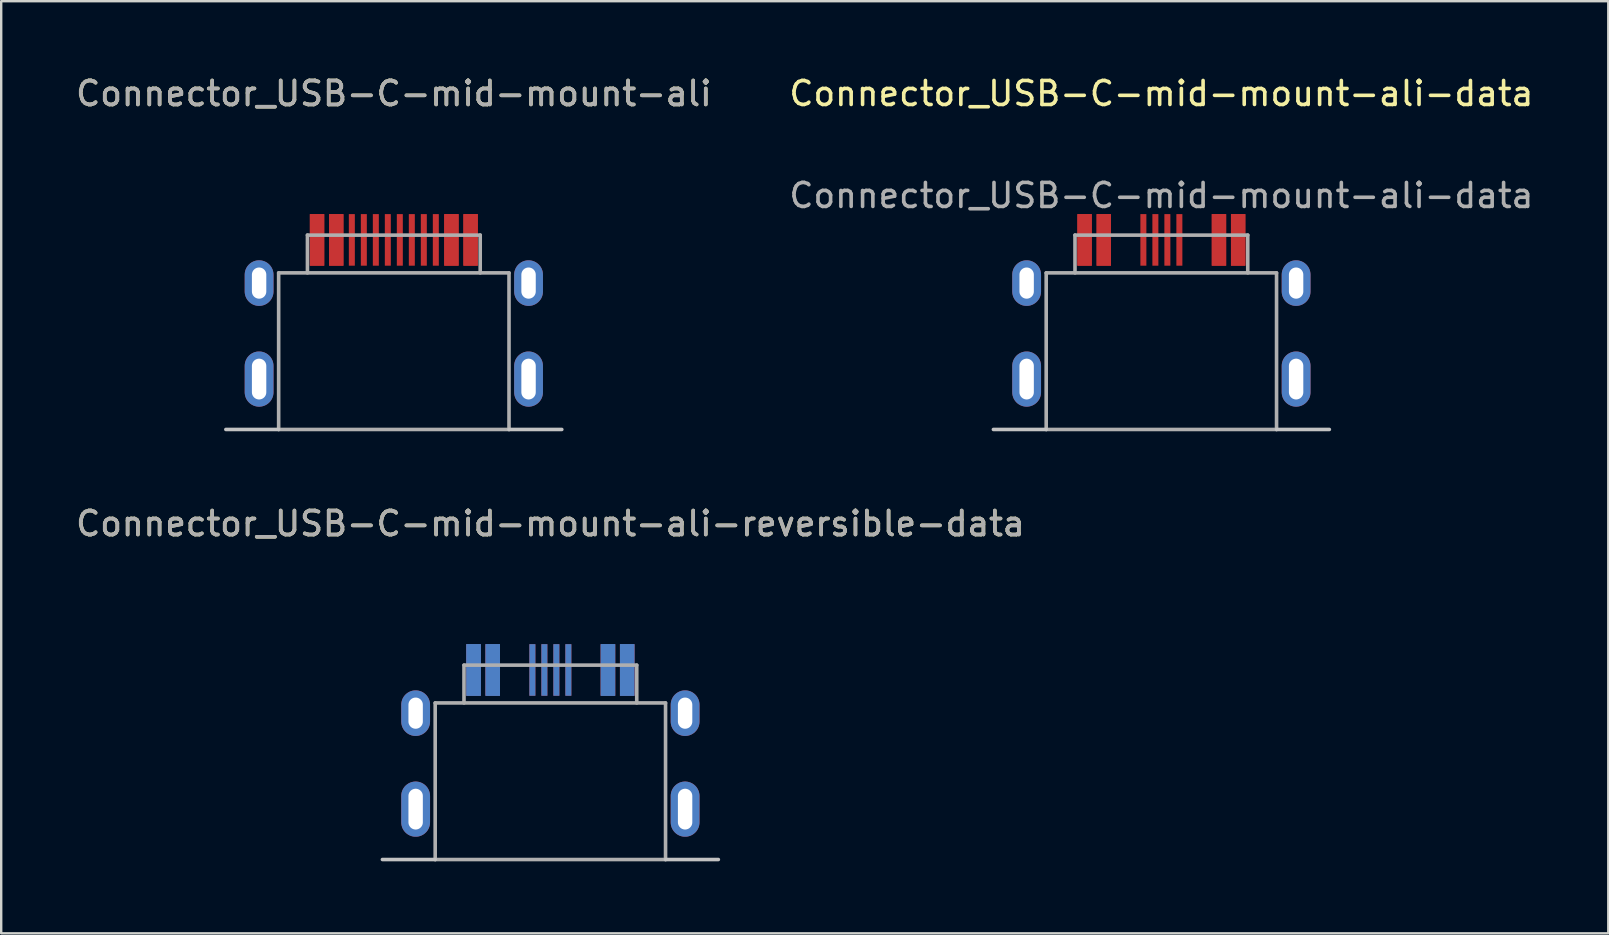
<source format=kicad_pcb>
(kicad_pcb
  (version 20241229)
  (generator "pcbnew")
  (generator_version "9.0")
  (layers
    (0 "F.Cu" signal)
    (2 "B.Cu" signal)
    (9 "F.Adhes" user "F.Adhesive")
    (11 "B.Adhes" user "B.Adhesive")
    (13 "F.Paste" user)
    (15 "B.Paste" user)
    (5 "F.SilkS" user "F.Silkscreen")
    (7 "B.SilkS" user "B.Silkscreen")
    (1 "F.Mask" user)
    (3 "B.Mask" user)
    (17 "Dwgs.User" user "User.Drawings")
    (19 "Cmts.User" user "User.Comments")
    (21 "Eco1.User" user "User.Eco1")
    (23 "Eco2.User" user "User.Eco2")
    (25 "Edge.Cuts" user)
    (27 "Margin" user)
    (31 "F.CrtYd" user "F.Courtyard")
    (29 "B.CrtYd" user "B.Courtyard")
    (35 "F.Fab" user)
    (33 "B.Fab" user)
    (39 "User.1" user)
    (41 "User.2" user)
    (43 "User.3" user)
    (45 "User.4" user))
  (footprint "Connector_USB-C-mid-mount-ali-data"
    (layer "F.Cu")
    (at 45.351 10.098)
    (property "Reference" "Connector_USB-C-mid-mount-ali-data" (at 0 -9.25 180) (layer "F.SilkS") (effects (font (size 1 1) (thickness 0.15))))
    (attr smd)
    (fp_line (start -4.8 4.75) (end -7 4.75) (stroke (width 0.15) (type solid)) (layer "Dwgs.User"))
    (fp_line (start 7 4.75) (end 4.8 4.75) (stroke (width 0.15) (type solid)) (layer "Dwgs.User"))
    (fp_line (start -4.8 -1.775) (end -4.8 4.75) (stroke (width 0.15) (type solid)) (layer "F.Fab"))
    (fp_line (start -3.6 -3.35) (end 3.6 -3.35) (stroke (width 0.15) (type solid)) (layer "F.Fab"))
    (fp_line (start -3.6 -1.775) (end -3.6 -3.35) (stroke (width 0.15) (type solid)) (layer "F.Fab"))
    (fp_line (start 3.6 -3.35) (end 3.6 -1.775) (stroke (width 0.15) (type solid)) (layer "F.Fab"))
    (fp_line (start 4.8 -1.775) (end -4.8 -1.775) (stroke (width 0.15) (type solid)) (layer "F.Fab"))
    (fp_line (start 4.8 -1.775) (end 4.8 4.75) (stroke (width 0.15) (type solid)) (layer "F.Fab"))
    (fp_line (start 4.8 4.75) (end -4.8 4.75) (stroke (width 0.15) (type solid)) (layer "F.Fab"))
    (fp_text user "${REFERENCE}" (at 0 -5 180) (layer "F.Fab") (effects (font (size 1 1) (thickness 0.15))))
    (pad "A1" smd rect (at -3.2 -3.15) (size 0.6 2.15) (layers "F.Cu" "F.Mask" "F.Paste"))
    (pad "A4" smd rect (at -2.4 -3.15) (size 0.6 2.15) (layers "F.Cu" "F.Mask" "F.Paste"))
    (pad "A6" smd rect (at -0.25 -3.15) (size 0.25 2.15) (layers "F.Cu" "F.Mask" "F.Paste"))
    (pad "A7" smd rect (at 0.25 -3.15) (size 0.25 2.15) (layers "F.Cu" "F.Mask" "F.Paste"))
    (pad "A9" smd rect (at 2.4 -3.15) (size 0.6 2.15) (layers "F.Cu" "F.Mask" "F.Paste"))
    (pad "A12" smd rect (at 3.2 -3.15) (size 0.6 2.15) (layers "F.Cu" "F.Mask" "F.Paste"))
    (pad "B1" smd rect (at 3.2 -3.15) (size 0.6 2.15) (layers "F.Cu" "F.Mask" "F.Paste"))
    (pad "B4" smd rect (at 2.4 -3.15) (size 0.6 2.15) (layers "F.Cu" "F.Mask" "F.Paste"))
    (pad "B6" smd rect (at 0.75 -3.15) (size 0.25 2.15) (layers "F.Cu" "F.Mask" "F.Paste"))
    (pad "B7" smd rect (at -0.75 -3.15) (size 0.25 2.15) (layers "F.Cu" "F.Mask" "F.Paste"))
    (pad "B9" smd rect (at -2.4 -3.15) (size 0.6 2.15) (layers "F.Cu" "F.Mask" "F.Paste"))
    (pad "B12" smd rect (at -3.2 -3.15) (size 0.6 2.15) (layers "F.Cu" "F.Mask" "F.Paste"))
    (pad "S1" thru_hole oval (at -5.615 -1.35) (size 1.2 1.9) (drill oval 0.6 1.3) (layers "*.Cu" "*.Mask"))
    (pad "S1" thru_hole oval (at -5.615 2.65) (size 1.2 2.3) (drill oval 0.6 1.7) (layers "*.Cu" "*.Mask"))
    (pad "S1" thru_hole oval (at 5.615 -1.35) (size 1.2 1.9) (drill oval 0.6 1.3) (layers "*.Cu" "*.Mask"))
    (pad "S1" thru_hole oval (at 5.615 2.65) (size 1.2 2.3) (drill oval 0.6 1.7) (layers "*.Cu" "*.Mask")))
  (footprint "Connector_USB-C-mid-mount-ali-reversible-data"
    (layer "F.Cu")
    (at 19.887 28.021)
    (property "Reference" "Connector_USB-C-mid-mount-ali-reversible-data" (at 0 -9.25 180) (layer "F.SilkS") (effects (font (size 1 1) (thickness 0.15))))
    (attr smd)
    (fp_line (start -4.8 4.75) (end -7 4.75) (stroke (width 0.15) (type solid)) (layer "Dwgs.User"))
    (fp_line (start 7 4.75) (end 4.8 4.75) (stroke (width 0.15) (type solid)) (layer "Dwgs.User"))
    (fp_line (start -4.8 -1.775) (end -4.8 4.75) (stroke (width 0.15) (type solid)) (layer "F.Fab"))
    (fp_line (start -3.6 -3.35) (end 3.6 -3.35) (stroke (width 0.15) (type solid)) (layer "F.Fab"))
    (fp_line (start -3.6 -1.775) (end -3.6 -3.35) (stroke (width 0.15) (type solid)) (layer "F.Fab"))
    (fp_line (start 3.6 -3.35) (end 3.6 -1.775) (stroke (width 0.15) (type solid)) (layer "F.Fab"))
    (fp_line (start 4.8 -1.775) (end -4.8 -1.775) (stroke (width 0.15) (type solid)) (layer "F.Fab"))
    (fp_line (start 4.8 -1.775) (end 4.8 4.75) (stroke (width 0.15) (type solid)) (layer "F.Fab"))
    (fp_line (start 4.8 4.75) (end -4.8 4.75) (stroke (width 0.15) (type solid)) (layer "F.Fab"))
    (fp_text user "${REFERENCE}" (at 0 -9.25 180) (layer "F.Fab") (effects (font (size 1 1) (thickness 0.15))))
    (pad "A1" smd rect (at -3.2 -3.15) (size 0.6 2.15) (layers "F.Cu" "F.Mask" "F.Paste"))
    (pad "A1" smd rect (at 3.2 -3.15) (size 0.6 2.15) (layers "B.Cu" "B.Mask" "B.Paste"))
    (pad "A4" smd rect (at -2.4 -3.15) (size 0.6 2.15) (layers "F.Cu" "F.Mask" "F.Paste"))
    (pad "A4" smd rect (at 2.4 -3.15) (size 0.6 2.15) (layers "B.Cu" "B.Mask" "B.Paste"))
    (pad "A6" smd rect (at -0.25 -3.15) (size 0.25 2.15) (layers "F.Cu" "F.Mask" "F.Paste"))
    (pad "A6" smd rect (at 0.25 -3.15) (size 0.25 2.15) (layers "B.Cu" "B.Mask" "B.Paste"))
    (pad "A7" smd rect (at -0.25 -3.15) (size 0.25 2.15) (layers "B.Cu" "B.Mask" "B.Paste"))
    (pad "A7" smd rect (at 0.25 -3.15) (size 0.25 2.15) (layers "F.Cu" "F.Mask" "F.Paste"))
    (pad "A9" smd rect (at -2.4 -3.15) (size 0.6 2.15) (layers "B.Cu" "B.Mask" "B.Paste"))
    (pad "A9" smd rect (at 2.4 -3.15) (size 0.6 2.15) (layers "F.Cu" "F.Mask" "F.Paste"))
    (pad "A12" smd rect (at -3.2 -3.15) (size 0.6 2.15) (layers "B.Cu" "B.Mask" "B.Paste"))
    (pad "A12" smd rect (at 3.2 -3.15) (size 0.6 2.15) (layers "F.Cu" "F.Mask" "F.Paste"))
    (pad "B1" smd rect (at -3.2 -3.15) (size 0.6 2.15) (layers "B.Cu" "B.Mask" "B.Paste"))
    (pad "B1" smd rect (at 3.2 -3.15) (size 0.6 2.15) (layers "F.Cu" "F.Mask" "F.Paste"))
    (pad "B4" smd rect (at -2.4 -3.15) (size 0.6 2.15) (layers "B.Cu" "B.Mask" "B.Paste"))
    (pad "B4" smd rect (at 2.4 -3.15) (size 0.6 2.15) (layers "F.Cu" "F.Mask" "F.Paste"))
    (pad "B6" smd rect (at -0.75 -3.15) (size 0.25 2.15) (layers "B.Cu" "B.Mask" "B.Paste"))
    (pad "B6" smd rect (at 0.75 -3.15) (size 0.25 2.15) (layers "F.Cu" "F.Mask" "F.Paste"))
    (pad "B7" smd rect (at -0.75 -3.15) (size 0.25 2.15) (layers "F.Cu" "F.Mask" "F.Paste"))
    (pad "B7" smd rect (at 0.75 -3.15) (size 0.25 2.15) (layers "B.Cu" "B.Mask" "B.Paste"))
    (pad "B9" smd rect (at -2.4 -3.15) (size 0.6 2.15) (layers "F.Cu" "F.Mask" "F.Paste"))
    (pad "B9" smd rect (at 2.4 -3.15) (size 0.6 2.15) (layers "B.Cu" "B.Mask" "B.Paste"))
    (pad "B12" smd rect (at -3.2 -3.15) (size 0.6 2.15) (layers "F.Cu" "F.Mask" "F.Paste"))
    (pad "B12" smd rect (at 3.2 -3.15) (size 0.6 2.15) (layers "B.Cu" "B.Mask" "B.Paste"))
    (pad "S1" thru_hole oval (at -5.615 -1.35) (size 1.2 1.9) (drill oval 0.6 1.3) (layers "*.Cu" "*.Mask"))
    (pad "S2" thru_hole oval (at 5.615 -1.35) (size 1.2 1.9) (drill oval 0.6 1.3) (layers "*.Cu" "*.Mask"))
    (pad "S3" thru_hole oval (at 5.615 2.65) (size 1.2 2.3) (drill oval 0.6 1.7) (layers "*.Cu" "*.Mask"))
    (pad "S4" thru_hole oval (at -5.615 2.65) (size 1.2 2.3) (drill oval 0.6 1.7) (layers "*.Cu" "*.Mask")))
  (footprint "Connector_USB-C-mid-mount-ali"
    (layer "F.Cu")
    (at 13.363 10.098)
    (property "Reference" "Connector_USB-C-mid-mount-ali" (at 0 -9.25 180) (layer "F.SilkS") (effects (font (size 1 1) (thickness 0.15))))
    (attr smd)
    (fp_line (start -4.8 4.75) (end -7 4.75) (stroke (width 0.15) (type solid)) (layer "Dwgs.User"))
    (fp_line (start 7 4.75) (end 4.8 4.75) (stroke (width 0.15) (type solid)) (layer "Dwgs.User"))
    (fp_line (start -4.8 -1.775) (end -4.8 4.75) (stroke (width 0.15) (type solid)) (layer "F.Fab"))
    (fp_line (start -3.6 -3.35) (end 3.6 -3.35) (stroke (width 0.15) (type solid)) (layer "F.Fab"))
    (fp_line (start -3.6 -1.775) (end -3.6 -3.35) (stroke (width 0.15) (type solid)) (layer "F.Fab"))
    (fp_line (start 3.6 -3.35) (end 3.6 -1.775) (stroke (width 0.15) (type solid)) (layer "F.Fab"))
    (fp_line (start 4.8 -1.775) (end -4.8 -1.775) (stroke (width 0.15) (type solid)) (layer "F.Fab"))
    (fp_line (start 4.8 -1.775) (end 4.8 4.75) (stroke (width 0.15) (type solid)) (layer "F.Fab"))
    (fp_line (start 4.8 4.75) (end -4.8 4.75) (stroke (width 0.15) (type solid)) (layer "F.Fab"))
    (fp_text user "${REFERENCE}" (at 0 -9.25 180) (layer "F.Fab") (effects (font (size 1 1) (thickness 0.15))))
    (pad "A1" smd rect (at -3.2 -3.15) (size 0.6 2.15) (layers "F.Cu" "F.Mask" "F.Paste"))
    (pad "A4" smd rect (at -2.4 -3.15) (size 0.6 2.15) (layers "F.Cu" "F.Mask" "F.Paste"))
    (pad "A5" smd rect (at -1.25 -3.15) (size 0.25 2.15) (layers "F.Cu" "F.Mask" "F.Paste"))
    (pad "A6" smd rect (at -0.25 -3.15) (size 0.25 2.15) (layers "F.Cu" "F.Mask" "F.Paste"))
    (pad "A7" smd rect (at 0.25 -3.15) (size 0.25 2.15) (layers "F.Cu" "F.Mask" "F.Paste"))
    (pad "A8" smd rect (at 1.25 -3.15) (size 0.25 2.15) (layers "F.Cu" "F.Mask" "F.Paste"))
    (pad "A9" smd rect (at 2.4 -3.15) (size 0.6 2.15) (layers "F.Cu" "F.Mask" "F.Paste"))
    (pad "A12" smd rect (at 3.2 -3.15) (size 0.6 2.15) (layers "F.Cu" "F.Mask" "F.Paste"))
    (pad "B1" smd rect (at 3.2 -3.15) (size 0.6 2.15) (layers "F.Cu" "F.Mask" "F.Paste"))
    (pad "B4" smd rect (at 2.4 -3.15) (size 0.6 2.15) (layers "F.Cu" "F.Mask" "F.Paste"))
    (pad "B5" smd rect (at 1.75 -3.15) (size 0.25 2.15) (layers "F.Cu" "F.Mask" "F.Paste"))
    (pad "B6" smd rect (at 0.75 -3.15) (size 0.25 2.15) (layers "F.Cu" "F.Mask" "F.Paste"))
    (pad "B7" smd rect (at -0.75 -3.15) (size 0.25 2.15) (layers "F.Cu" "F.Mask" "F.Paste"))
    (pad "B8" smd rect (at -1.75 -3.15) (size 0.25 2.15) (layers "F.Cu" "F.Mask" "F.Paste"))
    (pad "B9" smd rect (at -2.4 -3.15) (size 0.6 2.15) (layers "F.Cu" "F.Mask" "F.Paste"))
    (pad "B12" smd rect (at -3.2 -3.15) (size 0.6 2.15) (layers "F.Cu" "F.Mask" "F.Paste"))
    (pad "S1" thru_hole oval (at -5.615 -1.35) (size 1.2 1.9) (drill oval 0.6 1.3) (layers "*.Cu" "*.Mask"))
    (pad "S2" thru_hole oval (at 5.615 -1.35) (size 1.2 1.9) (drill oval 0.6 1.3) (layers "*.Cu" "*.Mask"))
    (pad "S3" thru_hole oval (at 5.615 2.65) (size 1.2 2.3) (drill oval 0.6 1.7) (layers "*.Cu" "*.Mask"))
    (pad "S4" thru_hole oval (at -5.615 2.65) (size 1.2 2.3) (drill oval 0.6 1.7) (layers "*.Cu" "*.Mask")))
  (gr_rect
    (start -3 -3)
    (end 63.976 35.846)
    (stroke (width 0.1) (type default))
    (fill no)
    (layer "Edge.Cuts")))
</source>
